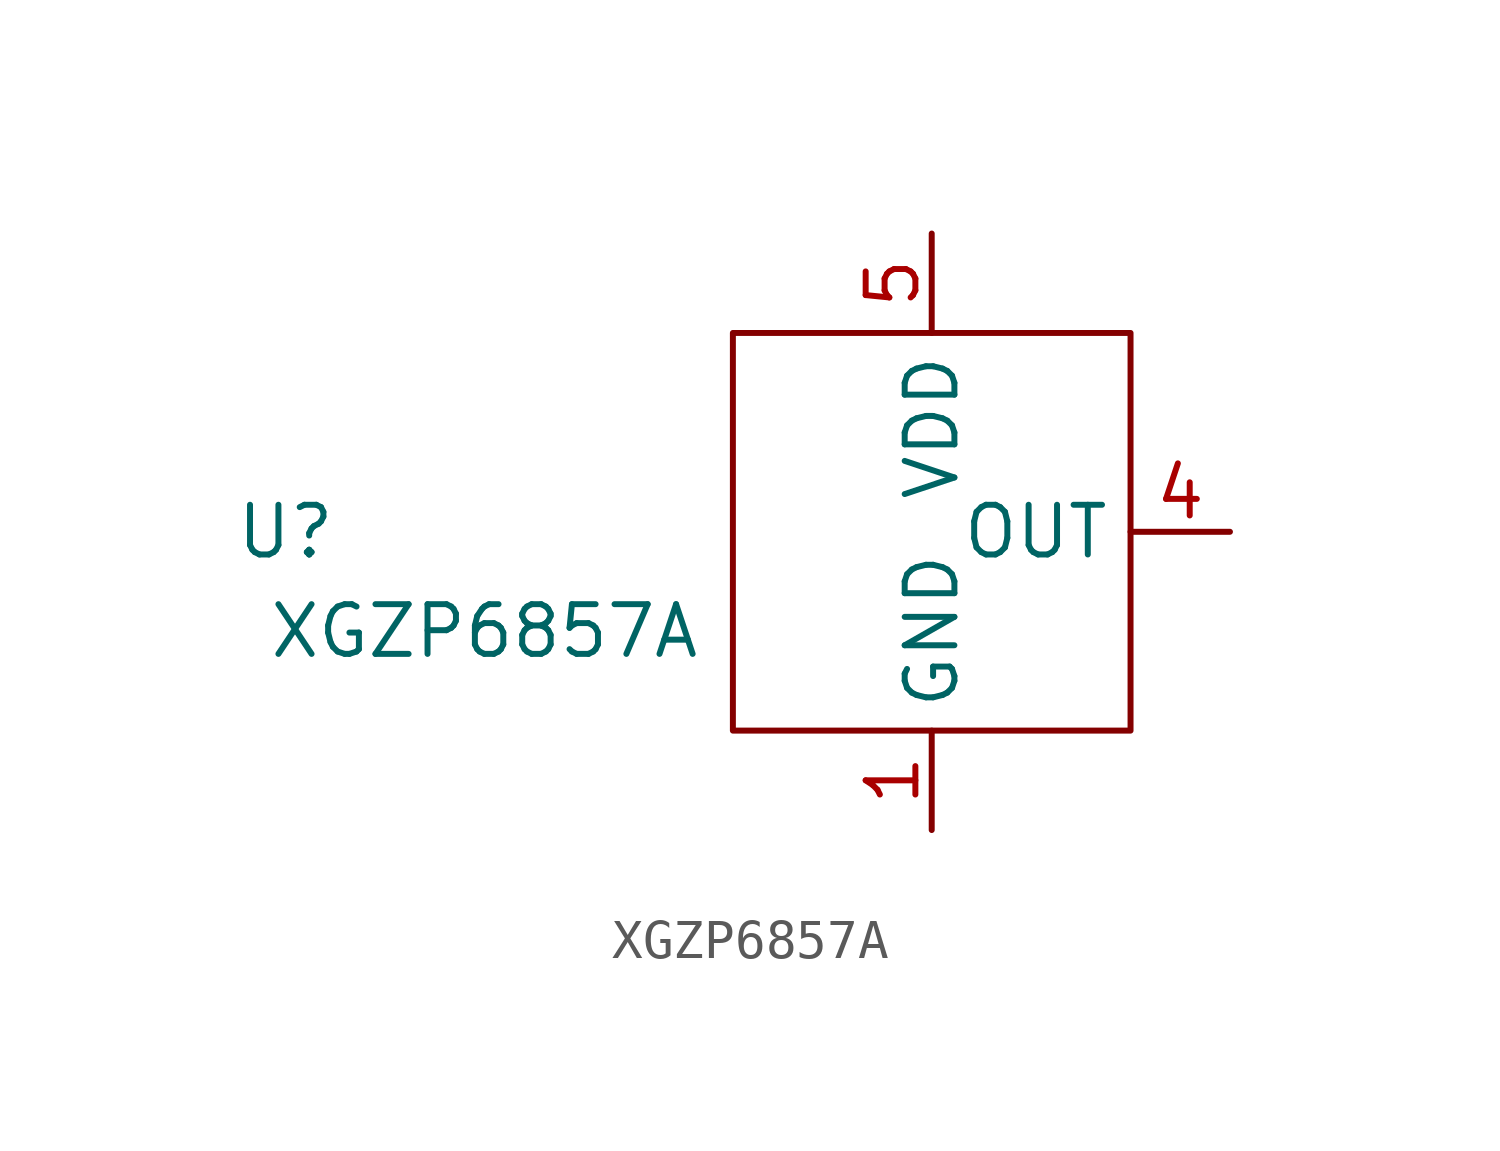
<source format=kicad_sym>
(kicad_symbol_lib
  (version 20211014)
  (generator kicad_symbol_editor)
  (symbol "XGZP6857A"
    (property "Reference" "U"
      (at -16.51 0 0)
      (effects (font (size 1.27 1.27))))
    (property "Value" "XGZP6857A"
      (at -11.43 -2.54 0)
      (effects (font (size 1.27 1.27))))
    (symbol "XGZP6857A_0_1"
      (rectangle (start -5.08 5.08) (end 5.08 -5.08) (stroke (width 0) (type default) (color 0 0 0 0)) (fill (type none))))
    (symbol "XGZP6857A_1_1"
      (pin power_in line (at 0 -7.62 90) (length 2.54) (name "GND" (effects (font (size 1.27 1.27)))) (number "1" (effects (font (size 1.27 1.27)))))
      (pin power_in line (at 7.62 0 180) (length 2.54) (name "OUT" (effects (font (size 1.27 1.27)))) (number "4" (effects (font (size 1.27 1.27)))))
      (pin power_in line (at 0 7.62 270) (length 2.54) (name "VDD" (effects (font (size 1.27 1.27)))) (number "5" (effects (font (size 1.27 1.27))))))))
</source>
